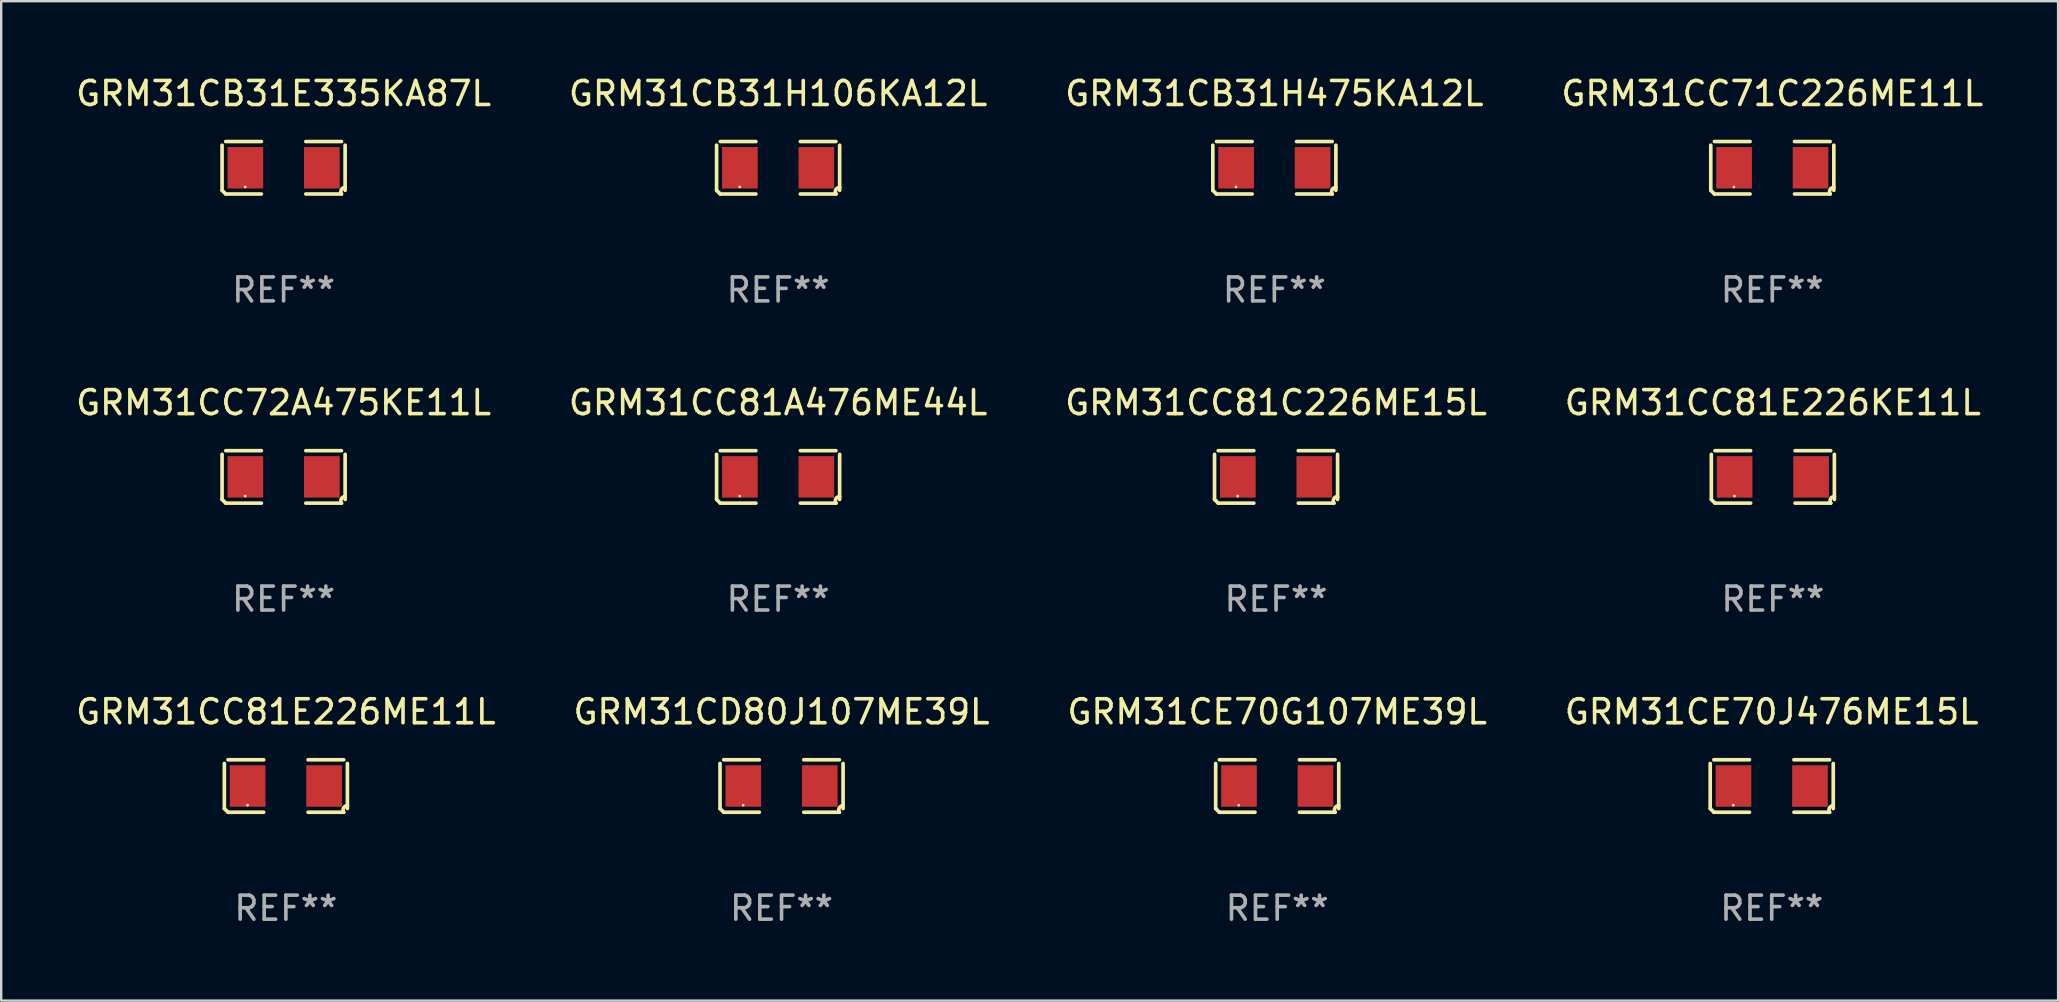
<source format=kicad_pcb>
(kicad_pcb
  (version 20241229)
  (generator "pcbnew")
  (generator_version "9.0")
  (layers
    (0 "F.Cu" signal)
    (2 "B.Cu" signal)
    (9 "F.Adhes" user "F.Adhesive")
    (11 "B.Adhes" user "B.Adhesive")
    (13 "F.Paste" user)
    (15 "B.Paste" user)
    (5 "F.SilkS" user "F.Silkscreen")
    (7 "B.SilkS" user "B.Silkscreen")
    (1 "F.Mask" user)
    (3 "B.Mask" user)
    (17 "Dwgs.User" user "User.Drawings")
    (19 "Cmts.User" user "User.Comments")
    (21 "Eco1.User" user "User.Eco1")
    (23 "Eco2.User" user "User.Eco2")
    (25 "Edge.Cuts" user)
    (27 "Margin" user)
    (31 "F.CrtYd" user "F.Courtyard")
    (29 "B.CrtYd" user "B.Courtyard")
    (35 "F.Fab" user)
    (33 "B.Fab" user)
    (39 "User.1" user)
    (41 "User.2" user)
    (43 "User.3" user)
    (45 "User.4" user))
  (footprint "GRM31CC81A476ME44L"
    (layer "F.Cu")
    (at 29.375 16.823)
    (property "Reference" "GRM31CC81A476ME44L" (at 0 -3.093 0) (layer "F.SilkS") (effects (font (size 1 1) (thickness 0.15))))
    (attr through_hole)
    (fp_line (start -2.564 0.94) (end -2.564 -0.94) (stroke (width 0.152) (type solid)) (layer "F.SilkS"))
    (fp_line (start -2.411 -1.093) (end -0.926 -1.093) (stroke (width 0.152) (type solid)) (layer "F.SilkS"))
    (fp_line (start -0.926 1.093) (end -2.411 1.093) (stroke (width 0.152) (type solid)) (layer "F.SilkS"))
    (fp_line (start 0.926 1.093) (end 2.411 1.093) (stroke (width 0.152) (type solid)) (layer "F.SilkS"))
    (fp_line (start 2.411 -1.093) (end 0.926 -1.093) (stroke (width 0.152) (type solid)) (layer "F.SilkS"))
    (fp_line (start 2.564 0.94) (end 2.564 -0.94) (stroke (width 0.152) (type solid)) (layer "F.SilkS"))
    (fp_arc (start -2.411201 1.092609) (mid -2.487413 1.01642) (end -2.563602 0.940208) (stroke (width 0.1524) (type solid)) (layer "F.SilkS"))
    (fp_arc (start 2.411201 1.092609) (mid 2.407159 0.911226) (end 2.563602 0.819347) (stroke (width 0.1524) (type solid)) (layer "F.SilkS"))
    (fp_circle (center -1.6 0.8) (end -1.57 0.8) (stroke (width 0.06) (type solid)) (fill no) (layer "F.SilkS"))
    (fp_text user "REF**" (at 0 5.093 0) (layer "F.Fab") (effects (font (size 1 1) (thickness 0.15))))
    (pad "1" smd rect (at -1.593 0) (size 1.485 1.728) (layers "F.Cu" "F.Mask" "F.Paste"))
    (pad "2" smd rect (at 1.593 0) (size 1.485 1.728) (layers "F.Cu" "F.Mask" "F.Paste")))
  (footprint "GRM31CC71C226ME11L"
    (layer "F.Cu")
    (at 70.804 3.941)
    (property "Reference" "GRM31CC71C226ME11L" (at 0 -3.093 0) (layer "F.SilkS") (effects (font (size 1 1) (thickness 0.15))))
    (attr through_hole)
    (fp_line (start -2.564 0.94) (end -2.564 -0.94) (stroke (width 0.152) (type solid)) (layer "F.SilkS"))
    (fp_line (start -2.411 -1.093) (end -0.926 -1.093) (stroke (width 0.152) (type solid)) (layer "F.SilkS"))
    (fp_line (start -0.926 1.093) (end -2.411 1.093) (stroke (width 0.152) (type solid)) (layer "F.SilkS"))
    (fp_line (start 0.926 1.093) (end 2.411 1.093) (stroke (width 0.152) (type solid)) (layer "F.SilkS"))
    (fp_line (start 2.411 -1.093) (end 0.926 -1.093) (stroke (width 0.152) (type solid)) (layer "F.SilkS"))
    (fp_line (start 2.564 0.94) (end 2.564 -0.94) (stroke (width 0.152) (type solid)) (layer "F.SilkS"))
    (fp_arc (start -2.411201 1.092609) (mid -2.487413 1.01642) (end -2.563602 0.940208) (stroke (width 0.1524) (type solid)) (layer "F.SilkS"))
    (fp_arc (start 2.411201 1.092609) (mid 2.407159 0.911226) (end 2.563602 0.819347) (stroke (width 0.1524) (type solid)) (layer "F.SilkS"))
    (fp_circle (center -1.6 0.8) (end -1.57 0.8) (stroke (width 0.06) (type solid)) (fill no) (layer "F.SilkS"))
    (fp_text user "REF**" (at 0 5.093 0) (layer "F.Fab") (effects (font (size 1 1) (thickness 0.15))))
    (pad "1" smd rect (at -1.593 0) (size 1.485 1.728) (layers "F.Cu" "F.Mask" "F.Paste"))
    (pad "2" smd rect (at 1.593 0) (size 1.485 1.728) (layers "F.Cu" "F.Mask" "F.Paste")))
  (footprint "GRM31CC72A475KE11L"
    (layer "F.Cu")
    (at 8.768 16.823)
    (property "Reference" "GRM31CC72A475KE11L" (at 0 -3.093 0) (layer "F.SilkS") (effects (font (size 1 1) (thickness 0.15))))
    (attr through_hole)
    (fp_line (start -2.564 0.94) (end -2.564 -0.94) (stroke (width 0.152) (type solid)) (layer "F.SilkS"))
    (fp_line (start -2.411 -1.093) (end -0.926 -1.093) (stroke (width 0.152) (type solid)) (layer "F.SilkS"))
    (fp_line (start -0.926 1.093) (end -2.411 1.093) (stroke (width 0.152) (type solid)) (layer "F.SilkS"))
    (fp_line (start 0.926 1.093) (end 2.411 1.093) (stroke (width 0.152) (type solid)) (layer "F.SilkS"))
    (fp_line (start 2.411 -1.093) (end 0.926 -1.093) (stroke (width 0.152) (type solid)) (layer "F.SilkS"))
    (fp_line (start 2.564 0.94) (end 2.564 -0.94) (stroke (width 0.152) (type solid)) (layer "F.SilkS"))
    (fp_arc (start -2.411201 1.092609) (mid -2.487413 1.01642) (end -2.563602 0.940208) (stroke (width 0.1524) (type solid)) (layer "F.SilkS"))
    (fp_arc (start 2.411201 1.092609) (mid 2.407159 0.911226) (end 2.563602 0.819347) (stroke (width 0.1524) (type solid)) (layer "F.SilkS"))
    (fp_circle (center -1.6 0.8) (end -1.57 0.8) (stroke (width 0.06) (type solid)) (fill no) (layer "F.SilkS"))
    (fp_text user "REF**" (at 0 5.093 0) (layer "F.Fab") (effects (font (size 1 1) (thickness 0.15))))
    (pad "1" smd rect (at -1.593 0) (size 1.485 1.728) (layers "F.Cu" "F.Mask" "F.Paste"))
    (pad "2" smd rect (at 1.593 0) (size 1.485 1.728) (layers "F.Cu" "F.Mask" "F.Paste")))
  (footprint "GRM31CC81E226KE11L"
    (layer "F.Cu")
    (at 70.827 16.823)
    (property "Reference" "GRM31CC81E226KE11L" (at 0 -3.093 0) (layer "F.SilkS") (effects (font (size 1 1) (thickness 0.15))))
    (attr through_hole)
    (fp_line (start -2.564 0.94) (end -2.564 -0.94) (stroke (width 0.152) (type solid)) (layer "F.SilkS"))
    (fp_line (start -2.411 -1.093) (end -0.926 -1.093) (stroke (width 0.152) (type solid)) (layer "F.SilkS"))
    (fp_line (start -0.926 1.093) (end -2.411 1.093) (stroke (width 0.152) (type solid)) (layer "F.SilkS"))
    (fp_line (start 0.926 1.093) (end 2.411 1.093) (stroke (width 0.152) (type solid)) (layer "F.SilkS"))
    (fp_line (start 2.411 -1.093) (end 0.926 -1.093) (stroke (width 0.152) (type solid)) (layer "F.SilkS"))
    (fp_line (start 2.564 0.94) (end 2.564 -0.94) (stroke (width 0.152) (type solid)) (layer "F.SilkS"))
    (fp_arc (start -2.411201 1.092609) (mid -2.487413 1.01642) (end -2.563602 0.940208) (stroke (width 0.1524) (type solid)) (layer "F.SilkS"))
    (fp_arc (start 2.411201 1.092609) (mid 2.407159 0.911226) (end 2.563602 0.819347) (stroke (width 0.1524) (type solid)) (layer "F.SilkS"))
    (fp_circle (center -1.6 0.8) (end -1.57 0.8) (stroke (width 0.06) (type solid)) (fill no) (layer "F.SilkS"))
    (fp_text user "REF**" (at 0 5.093 0) (layer "F.Fab") (effects (font (size 1 1) (thickness 0.15))))
    (pad "1" smd rect (at -1.593 0) (size 1.485 1.728) (layers "F.Cu" "F.Mask" "F.Paste"))
    (pad "2" smd rect (at 1.593 0) (size 1.485 1.728) (layers "F.Cu" "F.Mask" "F.Paste")))
  (footprint "GRM31CB31H106KA12L"
    (layer "F.Cu")
    (at 29.375 3.941)
    (property "Reference" "GRM31CB31H106KA12L" (at 0 -3.093 0) (layer "F.SilkS") (effects (font (size 1 1) (thickness 0.15))))
    (attr through_hole)
    (fp_line (start -2.564 0.94) (end -2.564 -0.94) (stroke (width 0.152) (type solid)) (layer "F.SilkS"))
    (fp_line (start -2.411 -1.093) (end -0.926 -1.093) (stroke (width 0.152) (type solid)) (layer "F.SilkS"))
    (fp_line (start -0.926 1.093) (end -2.411 1.093) (stroke (width 0.152) (type solid)) (layer "F.SilkS"))
    (fp_line (start 0.926 1.093) (end 2.411 1.093) (stroke (width 0.152) (type solid)) (layer "F.SilkS"))
    (fp_line (start 2.411 -1.093) (end 0.926 -1.093) (stroke (width 0.152) (type solid)) (layer "F.SilkS"))
    (fp_line (start 2.564 0.94) (end 2.564 -0.94) (stroke (width 0.152) (type solid)) (layer "F.SilkS"))
    (fp_arc (start -2.411201 1.092609) (mid -2.487413 1.01642) (end -2.563602 0.940208) (stroke (width 0.1524) (type solid)) (layer "F.SilkS"))
    (fp_arc (start 2.411201 1.092609) (mid 2.407159 0.911226) (end 2.563602 0.819347) (stroke (width 0.1524) (type solid)) (layer "F.SilkS"))
    (fp_circle (center -1.6 0.8) (end -1.57 0.8) (stroke (width 0.06) (type solid)) (fill no) (layer "F.SilkS"))
    (fp_text user "REF**" (at 0 5.093 0) (layer "F.Fab") (effects (font (size 1 1) (thickness 0.15))))
    (pad "1" smd rect (at -1.593 0) (size 1.485 1.728) (layers "F.Cu" "F.Mask" "F.Paste"))
    (pad "2" smd rect (at 1.593 0) (size 1.485 1.728) (layers "F.Cu" "F.Mask" "F.Paste")))
  (footprint "GRM31CE70G107ME39L"
    (layer "F.Cu")
    (at 50.173 29.704)
    (property "Reference" "GRM31CE70G107ME39L" (at 0 -3.093 0) (layer "F.SilkS") (effects (font (size 1 1) (thickness 0.15))))
    (attr through_hole)
    (fp_line (start -2.564 0.94) (end -2.564 -0.94) (stroke (width 0.152) (type solid)) (layer "F.SilkS"))
    (fp_line (start -2.411 -1.093) (end -0.926 -1.093) (stroke (width 0.152) (type solid)) (layer "F.SilkS"))
    (fp_line (start -0.926 1.093) (end -2.411 1.093) (stroke (width 0.152) (type solid)) (layer "F.SilkS"))
    (fp_line (start 0.926 1.093) (end 2.411 1.093) (stroke (width 0.152) (type solid)) (layer "F.SilkS"))
    (fp_line (start 2.411 -1.093) (end 0.926 -1.093) (stroke (width 0.152) (type solid)) (layer "F.SilkS"))
    (fp_line (start 2.564 0.94) (end 2.564 -0.94) (stroke (width 0.152) (type solid)) (layer "F.SilkS"))
    (fp_arc (start -2.411201 1.092609) (mid -2.487413 1.01642) (end -2.563602 0.940208) (stroke (width 0.1524) (type solid)) (layer "F.SilkS"))
    (fp_arc (start 2.411201 1.092609) (mid 2.407159 0.911226) (end 2.563602 0.819347) (stroke (width 0.1524) (type solid)) (layer "F.SilkS"))
    (fp_circle (center -1.6 0.8) (end -1.57 0.8) (stroke (width 0.06) (type solid)) (fill no) (layer "F.SilkS"))
    (fp_text user "REF**" (at 0 5.093 0) (layer "F.Fab") (effects (font (size 1 1) (thickness 0.15))))
    (pad "1" smd rect (at -1.593 0) (size 1.485 1.728) (layers "F.Cu" "F.Mask" "F.Paste"))
    (pad "2" smd rect (at 1.593 0) (size 1.485 1.728) (layers "F.Cu" "F.Mask" "F.Paste")))
  (footprint "GRM31CC81E226ME11L"
    (layer "F.Cu")
    (at 8.863 29.704)
    (property "Reference" "GRM31CC81E226ME11L" (at 0 -3.093 0) (layer "F.SilkS") (effects (font (size 1 1) (thickness 0.15))))
    (attr through_hole)
    (fp_line (start -2.564 0.94) (end -2.564 -0.94) (stroke (width 0.152) (type solid)) (layer "F.SilkS"))
    (fp_line (start -2.411 -1.093) (end -0.926 -1.093) (stroke (width 0.152) (type solid)) (layer "F.SilkS"))
    (fp_line (start -0.926 1.093) (end -2.411 1.093) (stroke (width 0.152) (type solid)) (layer "F.SilkS"))
    (fp_line (start 0.926 1.093) (end 2.411 1.093) (stroke (width 0.152) (type solid)) (layer "F.SilkS"))
    (fp_line (start 2.411 -1.093) (end 0.926 -1.093) (stroke (width 0.152) (type solid)) (layer "F.SilkS"))
    (fp_line (start 2.564 0.94) (end 2.564 -0.94) (stroke (width 0.152) (type solid)) (layer "F.SilkS"))
    (fp_arc (start -2.411201 1.092609) (mid -2.487413 1.01642) (end -2.563602 0.940208) (stroke (width 0.1524) (type solid)) (layer "F.SilkS"))
    (fp_arc (start 2.411201 1.092609) (mid 2.407159 0.911226) (end 2.563602 0.819347) (stroke (width 0.1524) (type solid)) (layer "F.SilkS"))
    (fp_circle (center -1.6 0.8) (end -1.57 0.8) (stroke (width 0.06) (type solid)) (fill no) (layer "F.SilkS"))
    (fp_text user "REF**" (at 0 5.093 0) (layer "F.Fab") (effects (font (size 1 1) (thickness 0.15))))
    (pad "1" smd rect (at -1.593 0) (size 1.485 1.728) (layers "F.Cu" "F.Mask" "F.Paste"))
    (pad "2" smd rect (at 1.593 0) (size 1.485 1.728) (layers "F.Cu" "F.Mask" "F.Paste")))
  (footprint "GRM31CB31E335KA87L"
    (layer "F.Cu")
    (at 8.768 3.941)
    (property "Reference" "GRM31CB31E335KA87L" (at 0 -3.093 0) (layer "F.SilkS") (effects (font (size 1 1) (thickness 0.15))))
    (attr through_hole)
    (fp_line (start -2.564 0.94) (end -2.564 -0.94) (stroke (width 0.152) (type solid)) (layer "F.SilkS"))
    (fp_line (start -2.411 -1.093) (end -0.926 -1.093) (stroke (width 0.152) (type solid)) (layer "F.SilkS"))
    (fp_line (start -0.926 1.093) (end -2.411 1.093) (stroke (width 0.152) (type solid)) (layer "F.SilkS"))
    (fp_line (start 0.926 1.093) (end 2.411 1.093) (stroke (width 0.152) (type solid)) (layer "F.SilkS"))
    (fp_line (start 2.411 -1.093) (end 0.926 -1.093) (stroke (width 0.152) (type solid)) (layer "F.SilkS"))
    (fp_line (start 2.564 0.94) (end 2.564 -0.94) (stroke (width 0.152) (type solid)) (layer "F.SilkS"))
    (fp_arc (start -2.411201 1.092609) (mid -2.487413 1.01642) (end -2.563602 0.940208) (stroke (width 0.1524) (type solid)) (layer "F.SilkS"))
    (fp_arc (start 2.411201 1.092609) (mid 2.407159 0.911226) (end 2.563602 0.819347) (stroke (width 0.1524) (type solid)) (layer "F.SilkS"))
    (fp_circle (center -1.6 0.8) (end -1.57 0.8) (stroke (width 0.06) (type solid)) (fill no) (layer "F.SilkS"))
    (fp_text user "REF**" (at 0 5.093 0) (layer "F.Fab") (effects (font (size 1 1) (thickness 0.15))))
    (pad "1" smd rect (at -1.593 0) (size 1.485 1.728) (layers "F.Cu" "F.Mask" "F.Paste"))
    (pad "2" smd rect (at 1.593 0) (size 1.485 1.728) (layers "F.Cu" "F.Mask" "F.Paste")))
  (footprint "GRM31CB31H475KA12L"
    (layer "F.Cu")
    (at 50.054 3.941)
    (property "Reference" "GRM31CB31H475KA12L" (at 0 -3.093 0) (layer "F.SilkS") (effects (font (size 1 1) (thickness 0.15))))
    (attr through_hole)
    (fp_line (start -2.564 0.94) (end -2.564 -0.94) (stroke (width 0.152) (type solid)) (layer "F.SilkS"))
    (fp_line (start -2.411 -1.093) (end -0.926 -1.093) (stroke (width 0.152) (type solid)) (layer "F.SilkS"))
    (fp_line (start -0.926 1.093) (end -2.411 1.093) (stroke (width 0.152) (type solid)) (layer "F.SilkS"))
    (fp_line (start 0.926 1.093) (end 2.411 1.093) (stroke (width 0.152) (type solid)) (layer "F.SilkS"))
    (fp_line (start 2.411 -1.093) (end 0.926 -1.093) (stroke (width 0.152) (type solid)) (layer "F.SilkS"))
    (fp_line (start 2.564 0.94) (end 2.564 -0.94) (stroke (width 0.152) (type solid)) (layer "F.SilkS"))
    (fp_arc (start -2.411201 1.092609) (mid -2.487413 1.01642) (end -2.563602 0.940208) (stroke (width 0.1524) (type solid)) (layer "F.SilkS"))
    (fp_arc (start 2.411201 1.092609) (mid 2.407159 0.911226) (end 2.563602 0.819347) (stroke (width 0.1524) (type solid)) (layer "F.SilkS"))
    (fp_circle (center -1.6 0.8) (end -1.57 0.8) (stroke (width 0.06) (type solid)) (fill no) (layer "F.SilkS"))
    (fp_text user "REF**" (at 0 5.093 0) (layer "F.Fab") (effects (font (size 1 1) (thickness 0.15))))
    (pad "1" smd rect (at -1.593 0) (size 1.485 1.728) (layers "F.Cu" "F.Mask" "F.Paste"))
    (pad "2" smd rect (at 1.593 0) (size 1.485 1.728) (layers "F.Cu" "F.Mask" "F.Paste")))
  (footprint "GRM31CD80J107ME39L"
    (layer "F.Cu")
    (at 29.518 29.704)
    (property "Reference" "GRM31CD80J107ME39L" (at 0 -3.093 0) (layer "F.SilkS") (effects (font (size 1 1) (thickness 0.15))))
    (attr through_hole)
    (fp_line (start -2.564 0.94) (end -2.564 -0.94) (stroke (width 0.152) (type solid)) (layer "F.SilkS"))
    (fp_line (start -2.411 -1.093) (end -0.926 -1.093) (stroke (width 0.152) (type solid)) (layer "F.SilkS"))
    (fp_line (start -0.926 1.093) (end -2.411 1.093) (stroke (width 0.152) (type solid)) (layer "F.SilkS"))
    (fp_line (start 0.926 1.093) (end 2.411 1.093) (stroke (width 0.152) (type solid)) (layer "F.SilkS"))
    (fp_line (start 2.411 -1.093) (end 0.926 -1.093) (stroke (width 0.152) (type solid)) (layer "F.SilkS"))
    (fp_line (start 2.564 0.94) (end 2.564 -0.94) (stroke (width 0.152) (type solid)) (layer "F.SilkS"))
    (fp_arc (start -2.411201 1.092609) (mid -2.487413 1.01642) (end -2.563602 0.940208) (stroke (width 0.1524) (type solid)) (layer "F.SilkS"))
    (fp_arc (start 2.411201 1.092609) (mid 2.407159 0.911226) (end 2.563602 0.819347) (stroke (width 0.1524) (type solid)) (layer "F.SilkS"))
    (fp_circle (center -1.6 0.8) (end -1.57 0.8) (stroke (width 0.06) (type solid)) (fill no) (layer "F.SilkS"))
    (fp_text user "REF**" (at 0 5.093 0) (layer "F.Fab") (effects (font (size 1 1) (thickness 0.15))))
    (pad "1" smd rect (at -1.593 0) (size 1.485 1.728) (layers "F.Cu" "F.Mask" "F.Paste"))
    (pad "2" smd rect (at 1.593 0) (size 1.485 1.728) (layers "F.Cu" "F.Mask" "F.Paste")))
  (footprint "GRM31CC81C226ME15L"
    (layer "F.Cu")
    (at 50.125 16.823)
    (property "Reference" "GRM31CC81C226ME15L" (at 0 -3.093 0) (layer "F.SilkS") (effects (font (size 1 1) (thickness 0.15))))
    (attr through_hole)
    (fp_line (start -2.564 0.94) (end -2.564 -0.94) (stroke (width 0.152) (type solid)) (layer "F.SilkS"))
    (fp_line (start -2.411 -1.093) (end -0.926 -1.093) (stroke (width 0.152) (type solid)) (layer "F.SilkS"))
    (fp_line (start -0.926 1.093) (end -2.411 1.093) (stroke (width 0.152) (type solid)) (layer "F.SilkS"))
    (fp_line (start 0.926 1.093) (end 2.411 1.093) (stroke (width 0.152) (type solid)) (layer "F.SilkS"))
    (fp_line (start 2.411 -1.093) (end 0.926 -1.093) (stroke (width 0.152) (type solid)) (layer "F.SilkS"))
    (fp_line (start 2.564 0.94) (end 2.564 -0.94) (stroke (width 0.152) (type solid)) (layer "F.SilkS"))
    (fp_arc (start -2.411201 1.092609) (mid -2.487413 1.01642) (end -2.563602 0.940208) (stroke (width 0.1524) (type solid)) (layer "F.SilkS"))
    (fp_arc (start 2.411201 1.092609) (mid 2.407159 0.911226) (end 2.563602 0.819347) (stroke (width 0.1524) (type solid)) (layer "F.SilkS"))
    (fp_circle (center -1.6 0.8) (end -1.57 0.8) (stroke (width 0.06) (type solid)) (fill no) (layer "F.SilkS"))
    (fp_text user "REF**" (at 0 5.093 0) (layer "F.Fab") (effects (font (size 1 1) (thickness 0.15))))
    (pad "1" smd rect (at -1.593 0) (size 1.485 1.728) (layers "F.Cu" "F.Mask" "F.Paste"))
    (pad "2" smd rect (at 1.593 0) (size 1.485 1.728) (layers "F.Cu" "F.Mask" "F.Paste")))
  (footprint "GRM31CE70J476ME15L"
    (layer "F.Cu")
    (at 70.78 29.704)
    (property "Reference" "GRM31CE70J476ME15L" (at 0 -3.093 0) (layer "F.SilkS") (effects (font (size 1 1) (thickness 0.15))))
    (attr through_hole)
    (fp_line (start -2.564 0.94) (end -2.564 -0.94) (stroke (width 0.152) (type solid)) (layer "F.SilkS"))
    (fp_line (start -2.411 -1.093) (end -0.926 -1.093) (stroke (width 0.152) (type solid)) (layer "F.SilkS"))
    (fp_line (start -0.926 1.093) (end -2.411 1.093) (stroke (width 0.152) (type solid)) (layer "F.SilkS"))
    (fp_line (start 0.926 1.093) (end 2.411 1.093) (stroke (width 0.152) (type solid)) (layer "F.SilkS"))
    (fp_line (start 2.411 -1.093) (end 0.926 -1.093) (stroke (width 0.152) (type solid)) (layer "F.SilkS"))
    (fp_line (start 2.564 0.94) (end 2.564 -0.94) (stroke (width 0.152) (type solid)) (layer "F.SilkS"))
    (fp_arc (start -2.411201 1.092609) (mid -2.487413 1.01642) (end -2.563602 0.940208) (stroke (width 0.1524) (type solid)) (layer "F.SilkS"))
    (fp_arc (start 2.411201 1.092609) (mid 2.407159 0.911226) (end 2.563602 0.819347) (stroke (width 0.1524) (type solid)) (layer "F.SilkS"))
    (fp_circle (center -1.6 0.8) (end -1.57 0.8) (stroke (width 0.06) (type solid)) (fill no) (layer "F.SilkS"))
    (fp_text user "REF**" (at 0 5.093 0) (layer "F.Fab") (effects (font (size 1 1) (thickness 0.15))))
    (pad "1" smd rect (at -1.593 0) (size 1.485 1.728) (layers "F.Cu" "F.Mask" "F.Paste"))
    (pad "2" smd rect (at 1.593 0) (size 1.485 1.728) (layers "F.Cu" "F.Mask" "F.Paste")))
  (gr_rect
    (start -3 -3)
    (end 82.714 38.645)
    (stroke (width 0.1) (type default))
    (fill no)
    (layer "Edge.Cuts")))
</source>
